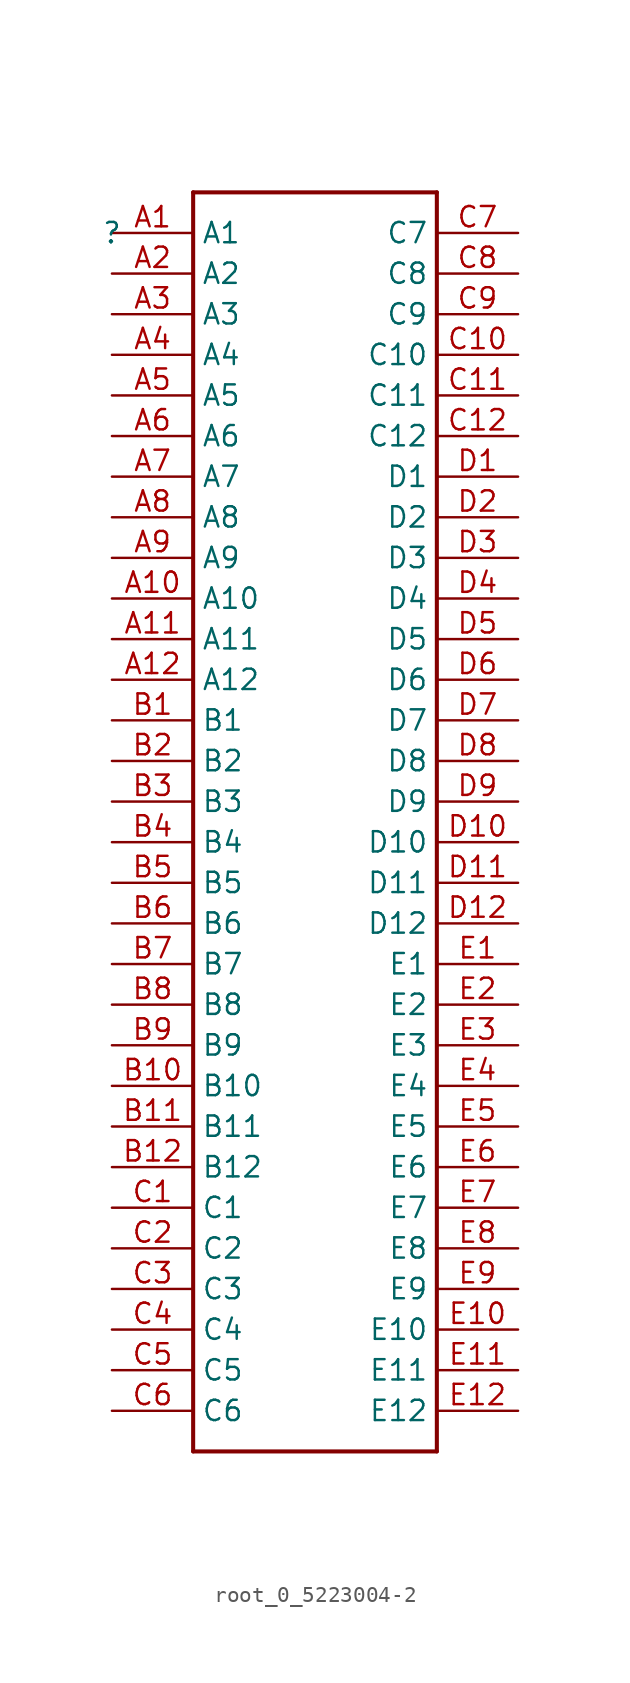
<source format=kicad_sym>
(kicad_symbol_lib
  (version 20220914)
  (generator kicad_symbol_editor)
  (symbol "root_0_5223004-2"
    (property "Reference" ""
      (at 0 0 0)
      (effects (font (size 1.27 1.27))))
    (property "Value" ""
      (at 0 0 0)
      (effects (font (size 1.27 1.27))))
    (symbol "root_0_5223004-2_1_0"
      (polyline (pts (xy 5.08 -76.2) (xy 20.32 -76.2)) (stroke (width 0.254) (type solid)) (fill (type none)))
      (polyline (pts (xy 5.08 2.54) (xy 5.08 -76.2)) (stroke (width 0.254) (type solid)) (fill (type none)))
      (polyline (pts (xy 20.32 -76.2) (xy 20.32 2.54)) (stroke (width 0.254) (type solid)) (fill (type none)))
      (polyline (pts (xy 20.32 2.54) (xy 5.08 2.54)) (stroke (width 0.254) (type solid)) (fill (type none)))
      (pin passive line (at 0 0 0) (length 5.08) (name "A1" (effects (font (size 1.27 1.27)))) (number "A1" (effects (font (size 1.27 1.27)))))
      (pin passive line (at 0 -22.86 0) (length 5.08) (name "A10" (effects (font (size 1.27 1.27)))) (number "A10" (effects (font (size 1.27 1.27)))))
      (pin passive line (at 0 -25.4 0) (length 5.08) (name "A11" (effects (font (size 1.27 1.27)))) (number "A11" (effects (font (size 1.27 1.27)))))
      (pin passive line (at 0 -27.94 0) (length 5.08) (name "A12" (effects (font (size 1.27 1.27)))) (number "A12" (effects (font (size 1.27 1.27)))))
      (pin passive line (at 0 -2.54 0) (length 5.08) (name "A2" (effects (font (size 1.27 1.27)))) (number "A2" (effects (font (size 1.27 1.27)))))
      (pin passive line (at 0 -5.08 0) (length 5.08) (name "A3" (effects (font (size 1.27 1.27)))) (number "A3" (effects (font (size 1.27 1.27)))))
      (pin passive line (at 0 -7.62 0) (length 5.08) (name "A4" (effects (font (size 1.27 1.27)))) (number "A4" (effects (font (size 1.27 1.27)))))
      (pin passive line (at 0 -10.16 0) (length 5.08) (name "A5" (effects (font (size 1.27 1.27)))) (number "A5" (effects (font (size 1.27 1.27)))))
      (pin passive line (at 0 -12.7 0) (length 5.08) (name "A6" (effects (font (size 1.27 1.27)))) (number "A6" (effects (font (size 1.27 1.27)))))
      (pin passive line (at 0 -15.24 0) (length 5.08) (name "A7" (effects (font (size 1.27 1.27)))) (number "A7" (effects (font (size 1.27 1.27)))))
      (pin passive line (at 0 -17.78 0) (length 5.08) (name "A8" (effects (font (size 1.27 1.27)))) (number "A8" (effects (font (size 1.27 1.27)))))
      (pin passive line (at 0 -20.32 0) (length 5.08) (name "A9" (effects (font (size 1.27 1.27)))) (number "A9" (effects (font (size 1.27 1.27)))))
      (pin passive line (at 0 -30.48 0) (length 5.08) (name "B1" (effects (font (size 1.27 1.27)))) (number "B1" (effects (font (size 1.27 1.27)))))
      (pin passive line (at 0 -53.34 0) (length 5.08) (name "B10" (effects (font (size 1.27 1.27)))) (number "B10" (effects (font (size 1.27 1.27)))))
      (pin passive line (at 0 -55.88 0) (length 5.08) (name "B11" (effects (font (size 1.27 1.27)))) (number "B11" (effects (font (size 1.27 1.27)))))
      (pin passive line (at 0 -58.42 0) (length 5.08) (name "B12" (effects (font (size 1.27 1.27)))) (number "B12" (effects (font (size 1.27 1.27)))))
      (pin passive line (at 0 -33.02 0) (length 5.08) (name "B2" (effects (font (size 1.27 1.27)))) (number "B2" (effects (font (size 1.27 1.27)))))
      (pin passive line (at 0 -35.56 0) (length 5.08) (name "B3" (effects (font (size 1.27 1.27)))) (number "B3" (effects (font (size 1.27 1.27)))))
      (pin passive line (at 0 -38.1 0) (length 5.08) (name "B4" (effects (font (size 1.27 1.27)))) (number "B4" (effects (font (size 1.27 1.27)))))
      (pin passive line (at 0 -40.64 0) (length 5.08) (name "B5" (effects (font (size 1.27 1.27)))) (number "B5" (effects (font (size 1.27 1.27)))))
      (pin passive line (at 0 -43.18 0) (length 5.08) (name "B6" (effects (font (size 1.27 1.27)))) (number "B6" (effects (font (size 1.27 1.27)))))
      (pin passive line (at 0 -45.72 0) (length 5.08) (name "B7" (effects (font (size 1.27 1.27)))) (number "B7" (effects (font (size 1.27 1.27)))))
      (pin passive line (at 0 -48.26 0) (length 5.08) (name "B8" (effects (font (size 1.27 1.27)))) (number "B8" (effects (font (size 1.27 1.27)))))
      (pin passive line (at 0 -50.8 0) (length 5.08) (name "B9" (effects (font (size 1.27 1.27)))) (number "B9" (effects (font (size 1.27 1.27)))))
      (pin passive line (at 0 -60.96 0) (length 5.08) (name "C1" (effects (font (size 1.27 1.27)))) (number "C1" (effects (font (size 1.27 1.27)))))
      (pin passive line (at 25.4 -7.62 180) (length 5.08) (name "C10" (effects (font (size 1.27 1.27)))) (number "C10" (effects (font (size 1.27 1.27)))))
      (pin passive line (at 25.4 -10.16 180) (length 5.08) (name "C11" (effects (font (size 1.27 1.27)))) (number "C11" (effects (font (size 1.27 1.27)))))
      (pin passive line (at 25.4 -12.7 180) (length 5.08) (name "C12" (effects (font (size 1.27 1.27)))) (number "C12" (effects (font (size 1.27 1.27)))))
      (pin passive line (at 0 -63.5 0) (length 5.08) (name "C2" (effects (font (size 1.27 1.27)))) (number "C2" (effects (font (size 1.27 1.27)))))
      (pin passive line (at 0 -66.04 0) (length 5.08) (name "C3" (effects (font (size 1.27 1.27)))) (number "C3" (effects (font (size 1.27 1.27)))))
      (pin passive line (at 0 -68.58 0) (length 5.08) (name "C4" (effects (font (size 1.27 1.27)))) (number "C4" (effects (font (size 1.27 1.27)))))
      (pin passive line (at 0 -71.12 0) (length 5.08) (name "C5" (effects (font (size 1.27 1.27)))) (number "C5" (effects (font (size 1.27 1.27)))))
      (pin passive line (at 0 -73.66 0) (length 5.08) (name "C6" (effects (font (size 1.27 1.27)))) (number "C6" (effects (font (size 1.27 1.27)))))
      (pin passive line (at 25.4 0 180) (length 5.08) (name "C7" (effects (font (size 1.27 1.27)))) (number "C7" (effects (font (size 1.27 1.27)))))
      (pin passive line (at 25.4 -2.54 180) (length 5.08) (name "C8" (effects (font (size 1.27 1.27)))) (number "C8" (effects (font (size 1.27 1.27)))))
      (pin passive line (at 25.4 -5.08 180) (length 5.08) (name "C9" (effects (font (size 1.27 1.27)))) (number "C9" (effects (font (size 1.27 1.27)))))
      (pin passive line (at 25.4 -15.24 180) (length 5.08) (name "D1" (effects (font (size 1.27 1.27)))) (number "D1" (effects (font (size 1.27 1.27)))))
      (pin passive line (at 25.4 -38.1 180) (length 5.08) (name "D10" (effects (font (size 1.27 1.27)))) (number "D10" (effects (font (size 1.27 1.27)))))
      (pin passive line (at 25.4 -40.64 180) (length 5.08) (name "D11" (effects (font (size 1.27 1.27)))) (number "D11" (effects (font (size 1.27 1.27)))))
      (pin passive line (at 25.4 -43.18 180) (length 5.08) (name "D12" (effects (font (size 1.27 1.27)))) (number "D12" (effects (font (size 1.27 1.27)))))
      (pin passive line (at 25.4 -17.78 180) (length 5.08) (name "D2" (effects (font (size 1.27 1.27)))) (number "D2" (effects (font (size 1.27 1.27)))))
      (pin passive line (at 25.4 -20.32 180) (length 5.08) (name "D3" (effects (font (size 1.27 1.27)))) (number "D3" (effects (font (size 1.27 1.27)))))
      (pin passive line (at 25.4 -22.86 180) (length 5.08) (name "D4" (effects (font (size 1.27 1.27)))) (number "D4" (effects (font (size 1.27 1.27)))))
      (pin passive line (at 25.4 -25.4 180) (length 5.08) (name "D5" (effects (font (size 1.27 1.27)))) (number "D5" (effects (font (size 1.27 1.27)))))
      (pin passive line (at 25.4 -27.94 180) (length 5.08) (name "D6" (effects (font (size 1.27 1.27)))) (number "D6" (effects (font (size 1.27 1.27)))))
      (pin passive line (at 25.4 -30.48 180) (length 5.08) (name "D7" (effects (font (size 1.27 1.27)))) (number "D7" (effects (font (size 1.27 1.27)))))
      (pin passive line (at 25.4 -33.02 180) (length 5.08) (name "D8" (effects (font (size 1.27 1.27)))) (number "D8" (effects (font (size 1.27 1.27)))))
      (pin passive line (at 25.4 -35.56 180) (length 5.08) (name "D9" (effects (font (size 1.27 1.27)))) (number "D9" (effects (font (size 1.27 1.27)))))
      (pin passive line (at 25.4 -45.72 180) (length 5.08) (name "E1" (effects (font (size 1.27 1.27)))) (number "E1" (effects (font (size 1.27 1.27)))))
      (pin passive line (at 25.4 -68.58 180) (length 5.08) (name "E10" (effects (font (size 1.27 1.27)))) (number "E10" (effects (font (size 1.27 1.27)))))
      (pin passive line (at 25.4 -71.12 180) (length 5.08) (name "E11" (effects (font (size 1.27 1.27)))) (number "E11" (effects (font (size 1.27 1.27)))))
      (pin passive line (at 25.4 -73.66 180) (length 5.08) (name "E12" (effects (font (size 1.27 1.27)))) (number "E12" (effects (font (size 1.27 1.27)))))
      (pin passive line (at 25.4 -48.26 180) (length 5.08) (name "E2" (effects (font (size 1.27 1.27)))) (number "E2" (effects (font (size 1.27 1.27)))))
      (pin passive line (at 25.4 -50.8 180) (length 5.08) (name "E3" (effects (font (size 1.27 1.27)))) (number "E3" (effects (font (size 1.27 1.27)))))
      (pin passive line (at 25.4 -53.34 180) (length 5.08) (name "E4" (effects (font (size 1.27 1.27)))) (number "E4" (effects (font (size 1.27 1.27)))))
      (pin passive line (at 25.4 -55.88 180) (length 5.08) (name "E5" (effects (font (size 1.27 1.27)))) (number "E5" (effects (font (size 1.27 1.27)))))
      (pin passive line (at 25.4 -58.42 180) (length 5.08) (name "E6" (effects (font (size 1.27 1.27)))) (number "E6" (effects (font (size 1.27 1.27)))))
      (pin passive line (at 25.4 -60.96 180) (length 5.08) (name "E7" (effects (font (size 1.27 1.27)))) (number "E7" (effects (font (size 1.27 1.27)))))
      (pin passive line (at 25.4 -63.5 180) (length 5.08) (name "E8" (effects (font (size 1.27 1.27)))) (number "E8" (effects (font (size 1.27 1.27)))))
      (pin passive line (at 25.4 -66.04 180) (length 5.08) (name "E9" (effects (font (size 1.27 1.27)))) (number "E9" (effects (font (size 1.27 1.27))))))))
</source>
